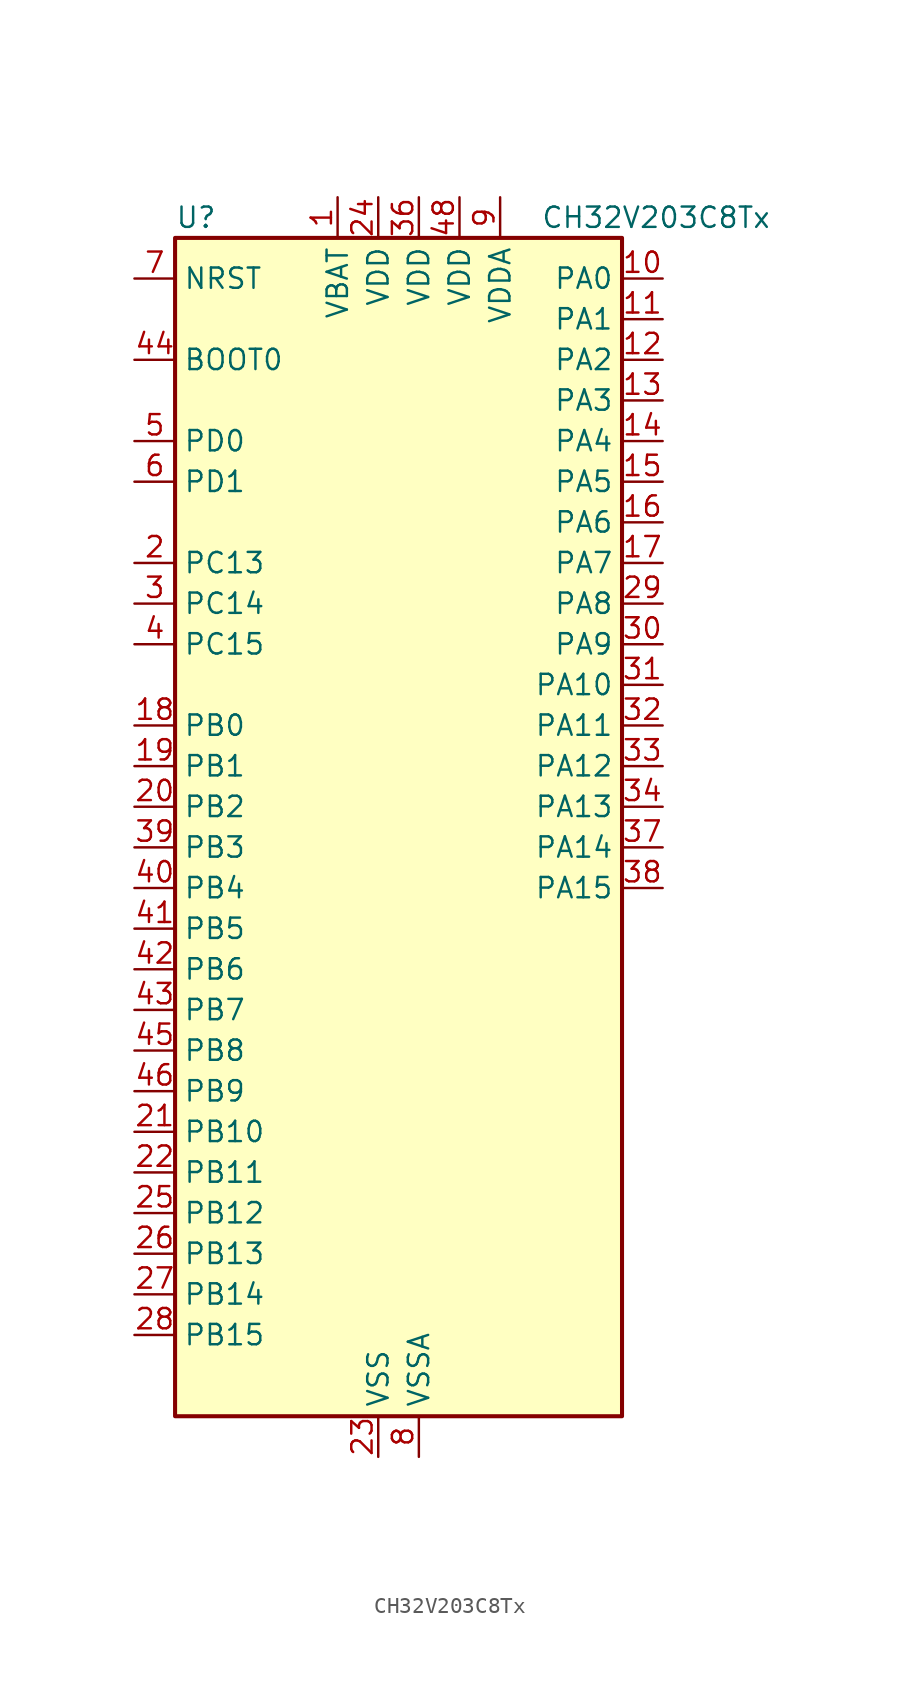
<source format=kicad_sym>
(kicad_symbol_lib
  (version 20220914)
  (generator kicad_symbol_editor)
  (symbol "CH32V203C8Tx"
    (property "Reference" "U"
      (at -12.7 39.37 0)
      (effects (font (size 1.27 1.27)) (justify left)))
    (property "Value" "CH32V203C8Tx"
      (at 10.16 39.37 0)
      (effects (font (size 1.27 1.27)) (justify left)))
    (symbol "CH32V203C8Tx_0_1"
      (rectangle (start -12.7 -35.56) (end 15.24 38.1) (stroke (width 0.254) (type default)) (fill (type background))))
    (symbol "CH32V203C8Tx_1_1"
      (pin power_in line (at -2.54 40.64 270) (length 2.54) (name "VBAT" (effects (font (size 1.27 1.27)))) (number "1" (effects (font (size 1.27 1.27)))))
      (pin bidirectional line (at 17.78 35.56 180) (length 2.54) (name "PA0" (effects (font (size 1.27 1.27)))) (number "10" (effects (font (size 1.27 1.27)))) (alternate "ADC1_IN0" bidirectional line) (alternate "ADC2_IN0" bidirectional line) (alternate "SYS_WKUP" bidirectional line) (alternate "TIM2_CH1" bidirectional line) (alternate "TIM2_ETR" bidirectional line) (alternate "USART2_CTS" bidirectional line))
      (pin bidirectional line (at 17.78 33.02 180) (length 2.54) (name "PA1" (effects (font (size 1.27 1.27)))) (number "11" (effects (font (size 1.27 1.27)))) (alternate "ADC1_IN1" bidirectional line) (alternate "ADC2_IN1" bidirectional line) (alternate "TIM2_CH2" bidirectional line) (alternate "USART2_RTS" bidirectional line))
      (pin bidirectional line (at 17.78 30.48 180) (length 2.54) (name "PA2" (effects (font (size 1.27 1.27)))) (number "12" (effects (font (size 1.27 1.27)))) (alternate "ADC1_IN2" bidirectional line) (alternate "ADC2_IN2" bidirectional line) (alternate "TIM2_CH3" bidirectional line) (alternate "USART2_TX" bidirectional line))
      (pin bidirectional line (at 17.78 27.94 180) (length 2.54) (name "PA3" (effects (font (size 1.27 1.27)))) (number "13" (effects (font (size 1.27 1.27)))) (alternate "ADC1_IN3" bidirectional line) (alternate "ADC2_IN3" bidirectional line) (alternate "TIM2_CH4" bidirectional line) (alternate "USART2_RX" bidirectional line))
      (pin bidirectional line (at 17.78 25.4 180) (length 2.54) (name "PA4" (effects (font (size 1.27 1.27)))) (number "14" (effects (font (size 1.27 1.27)))) (alternate "ADC1_IN4" bidirectional line) (alternate "ADC2_IN4" bidirectional line) (alternate "SPI1_NSS" bidirectional line) (alternate "USART2_CK" bidirectional line))
      (pin bidirectional line (at 17.78 22.86 180) (length 2.54) (name "PA5" (effects (font (size 1.27 1.27)))) (number "15" (effects (font (size 1.27 1.27)))) (alternate "ADC1_IN5" bidirectional line) (alternate "ADC2_IN5" bidirectional line) (alternate "SPI1_SCK" bidirectional line))
      (pin bidirectional line (at 17.78 20.32 180) (length 2.54) (name "PA6" (effects (font (size 1.27 1.27)))) (number "16" (effects (font (size 1.27 1.27)))) (alternate "ADC1_IN6" bidirectional line) (alternate "ADC2_IN6" bidirectional line) (alternate "SPI1_MISO" bidirectional line) (alternate "TIM1_BKIN" bidirectional line) (alternate "TIM3_CH1" bidirectional line))
      (pin bidirectional line (at 17.78 17.78 180) (length 2.54) (name "PA7" (effects (font (size 1.27 1.27)))) (number "17" (effects (font (size 1.27 1.27)))) (alternate "ADC1_IN7" bidirectional line) (alternate "ADC2_IN7" bidirectional line) (alternate "SPI1_MOSI" bidirectional line) (alternate "TIM1_CH1N" bidirectional line) (alternate "TIM3_CH2" bidirectional line))
      (pin bidirectional line (at -15.24 7.62 0) (length 2.54) (name "PB0" (effects (font (size 1.27 1.27)))) (number "18" (effects (font (size 1.27 1.27)))) (alternate "ADC1_IN8" bidirectional line) (alternate "ADC2_IN8" bidirectional line) (alternate "TIM1_CH2N" bidirectional line) (alternate "TIM3_CH3" bidirectional line))
      (pin bidirectional line (at -15.24 5.08 0) (length 2.54) (name "PB1" (effects (font (size 1.27 1.27)))) (number "19" (effects (font (size 1.27 1.27)))) (alternate "ADC1_IN9" bidirectional line) (alternate "ADC2_IN9" bidirectional line) (alternate "TIM1_CH3N" bidirectional line) (alternate "TIM3_CH4" bidirectional line))
      (pin bidirectional line (at -15.24 17.78 0) (length 2.54) (name "PC13" (effects (font (size 1.27 1.27)))) (number "2" (effects (font (size 1.27 1.27)))) (alternate "RTC_OUT" bidirectional line) (alternate "RTC_TAMPER" bidirectional line))
      (pin bidirectional line (at -15.24 2.54 0) (length 2.54) (name "PB2" (effects (font (size 1.27 1.27)))) (number "20" (effects (font (size 1.27 1.27)))))
      (pin bidirectional line (at -15.24 -17.78 0) (length 2.54) (name "PB10" (effects (font (size 1.27 1.27)))) (number "21" (effects (font (size 1.27 1.27)))) (alternate "TIM2_CH3" bidirectional line))
      (pin bidirectional line (at -15.24 -20.32 0) (length 2.54) (name "PB11" (effects (font (size 1.27 1.27)))) (number "22" (effects (font (size 1.27 1.27)))) (alternate "ADC1_EXTI11" bidirectional line) (alternate "ADC2_EXTI11" bidirectional line) (alternate "TIM2_CH4" bidirectional line))
      (pin power_in line (at 0 -38.1 90) (length 2.54) (name "VSS" (effects (font (size 1.27 1.27)))) (number "23" (effects (font (size 1.27 1.27)))))
      (pin power_in line (at 0 40.64 270) (length 2.54) (name "VDD" (effects (font (size 1.27 1.27)))) (number "24" (effects (font (size 1.27 1.27)))))
      (pin bidirectional line (at -15.24 -22.86 0) (length 2.54) (name "PB12" (effects (font (size 1.27 1.27)))) (number "25" (effects (font (size 1.27 1.27)))) (alternate "TIM1_BKIN" bidirectional line))
      (pin bidirectional line (at -15.24 -25.4 0) (length 2.54) (name "PB13" (effects (font (size 1.27 1.27)))) (number "26" (effects (font (size 1.27 1.27)))) (alternate "TIM1_CH1N" bidirectional line))
      (pin bidirectional line (at -15.24 -27.94 0) (length 2.54) (name "PB14" (effects (font (size 1.27 1.27)))) (number "27" (effects (font (size 1.27 1.27)))) (alternate "TIM1_CH2N" bidirectional line))
      (pin bidirectional line (at -15.24 -30.48 0) (length 2.54) (name "PB15" (effects (font (size 1.27 1.27)))) (number "28" (effects (font (size 1.27 1.27)))) (alternate "ADC1_EXTI15" bidirectional line) (alternate "ADC2_EXTI15" bidirectional line) (alternate "TIM1_CH3N" bidirectional line))
      (pin bidirectional line (at 17.78 15.24 180) (length 2.54) (name "PA8" (effects (font (size 1.27 1.27)))) (number "29" (effects (font (size 1.27 1.27)))) (alternate "RCC_MCO" bidirectional line) (alternate "TIM1_CH1" bidirectional line) (alternate "USART1_CK" bidirectional line))
      (pin bidirectional line (at -15.24 15.24 0) (length 2.54) (name "PC14" (effects (font (size 1.27 1.27)))) (number "3" (effects (font (size 1.27 1.27)))) (alternate "RCC_OSC32_IN" bidirectional line))
      (pin bidirectional line (at 17.78 12.7 180) (length 2.54) (name "PA9" (effects (font (size 1.27 1.27)))) (number "30" (effects (font (size 1.27 1.27)))) (alternate "TIM1_CH2" bidirectional line) (alternate "USART1_TX" bidirectional line))
      (pin bidirectional line (at 17.78 10.16 180) (length 2.54) (name "PA10" (effects (font (size 1.27 1.27)))) (number "31" (effects (font (size 1.27 1.27)))) (alternate "TIM1_CH3" bidirectional line) (alternate "USART1_RX" bidirectional line))
      (pin bidirectional line (at 17.78 7.62 180) (length 2.54) (name "PA11" (effects (font (size 1.27 1.27)))) (number "32" (effects (font (size 1.27 1.27)))) (alternate "ADC1_EXTI11" bidirectional line) (alternate "ADC2_EXTI11" bidirectional line) (alternate "CAN_RX" bidirectional line) (alternate "TIM1_CH4" bidirectional line) (alternate "USART1_CTS" bidirectional line) (alternate "USB_DM" bidirectional line))
      (pin bidirectional line (at 17.78 5.08 180) (length 2.54) (name "PA12" (effects (font (size 1.27 1.27)))) (number "33" (effects (font (size 1.27 1.27)))) (alternate "CAN_TX" bidirectional line) (alternate "TIM1_ETR" bidirectional line) (alternate "USART1_RTS" bidirectional line) (alternate "USB_DP" bidirectional line))
      (pin bidirectional line (at 17.78 2.54 180) (length 2.54) (name "PA13" (effects (font (size 1.27 1.27)))) (number "34" (effects (font (size 1.27 1.27)))) (alternate "SYS_JTMS-SWDIO" bidirectional line))
      (pin passive line (at 0 -38.1 90) (length 2.54) hide (name "VSS" (effects (font (size 1.27 1.27)))) (number "35" (effects (font (size 1.27 1.27)))))
      (pin power_in line (at 2.54 40.64 270) (length 2.54) (name "VDD" (effects (font (size 1.27 1.27)))) (number "36" (effects (font (size 1.27 1.27)))))
      (pin bidirectional line (at 17.78 0 180) (length 2.54) (name "PA14" (effects (font (size 1.27 1.27)))) (number "37" (effects (font (size 1.27 1.27)))) (alternate "SYS_JTCK-SWCLK" bidirectional line))
      (pin bidirectional line (at 17.78 -2.54 180) (length 2.54) (name "PA15" (effects (font (size 1.27 1.27)))) (number "38" (effects (font (size 1.27 1.27)))) (alternate "ADC1_EXTI15" bidirectional line) (alternate "ADC2_EXTI15" bidirectional line) (alternate "SPI1_NSS" bidirectional line) (alternate "SYS_JTDI" bidirectional line) (alternate "TIM2_CH1" bidirectional line) (alternate "TIM2_ETR" bidirectional line))
      (pin bidirectional line (at -15.24 0 0) (length 2.54) (name "PB3" (effects (font (size 1.27 1.27)))) (number "39" (effects (font (size 1.27 1.27)))) (alternate "SPI1_SCK" bidirectional line) (alternate "SYS_JTDO-TRACESWO" bidirectional line) (alternate "TIM2_CH2" bidirectional line))
      (pin bidirectional line (at -15.24 12.7 0) (length 2.54) (name "PC15" (effects (font (size 1.27 1.27)))) (number "4" (effects (font (size 1.27 1.27)))) (alternate "ADC1_EXTI15" bidirectional line) (alternate "ADC2_EXTI15" bidirectional line) (alternate "RCC_OSC32_OUT" bidirectional line))
      (pin bidirectional line (at -15.24 -2.54 0) (length 2.54) (name "PB4" (effects (font (size 1.27 1.27)))) (number "40" (effects (font (size 1.27 1.27)))) (alternate "SPI1_MISO" bidirectional line) (alternate "SYS_NJTRST" bidirectional line) (alternate "TIM3_CH1" bidirectional line))
      (pin bidirectional line (at -15.24 -5.08 0) (length 2.54) (name "PB5" (effects (font (size 1.27 1.27)))) (number "41" (effects (font (size 1.27 1.27)))) (alternate "I2C1_SMBA" bidirectional line) (alternate "SPI1_MOSI" bidirectional line) (alternate "TIM3_CH2" bidirectional line))
      (pin bidirectional line (at -15.24 -7.62 0) (length 2.54) (name "PB6" (effects (font (size 1.27 1.27)))) (number "42" (effects (font (size 1.27 1.27)))) (alternate "I2C1_SCL" bidirectional line) (alternate "USART1_TX" bidirectional line))
      (pin bidirectional line (at -15.24 -10.16 0) (length 2.54) (name "PB7" (effects (font (size 1.27 1.27)))) (number "43" (effects (font (size 1.27 1.27)))) (alternate "I2C1_SDA" bidirectional line) (alternate "USART1_RX" bidirectional line))
      (pin input line (at -15.24 30.48 0) (length 2.54) (name "BOOT0" (effects (font (size 1.27 1.27)))) (number "44" (effects (font (size 1.27 1.27)))))
      (pin bidirectional line (at -15.24 -12.7 0) (length 2.54) (name "PB8" (effects (font (size 1.27 1.27)))) (number "45" (effects (font (size 1.27 1.27)))) (alternate "CAN_RX" bidirectional line) (alternate "I2C1_SCL" bidirectional line))
      (pin bidirectional line (at -15.24 -15.24 0) (length 2.54) (name "PB9" (effects (font (size 1.27 1.27)))) (number "46" (effects (font (size 1.27 1.27)))) (alternate "CAN_TX" bidirectional line) (alternate "I2C1_SDA" bidirectional line))
      (pin passive line (at 0 -38.1 90) (length 2.54) hide (name "VSS" (effects (font (size 1.27 1.27)))) (number "47" (effects (font (size 1.27 1.27)))))
      (pin power_in line (at 5.08 40.64 270) (length 2.54) (name "VDD" (effects (font (size 1.27 1.27)))) (number "48" (effects (font (size 1.27 1.27)))))
      (pin passive line (at 0 -38.1 90) (length 2.54) hide (name "VSS" (effects (font (size 1.27 1.27)))) (number "49" (effects (font (size 1.27 1.27)))))
      (pin bidirectional line (at -15.24 25.4 0) (length 2.54) (name "PD0" (effects (font (size 1.27 1.27)))) (number "5" (effects (font (size 1.27 1.27)))) (alternate "RCC_OSC_IN" bidirectional line))
      (pin bidirectional line (at -15.24 22.86 0) (length 2.54) (name "PD1" (effects (font (size 1.27 1.27)))) (number "6" (effects (font (size 1.27 1.27)))) (alternate "RCC_OSC_OUT" bidirectional line))
      (pin input line (at -15.24 35.56 0) (length 2.54) (name "NRST" (effects (font (size 1.27 1.27)))) (number "7" (effects (font (size 1.27 1.27)))))
      (pin power_in line (at 2.54 -38.1 90) (length 2.54) (name "VSSA" (effects (font (size 1.27 1.27)))) (number "8" (effects (font (size 1.27 1.27)))))
      (pin power_in line (at 7.62 40.64 270) (length 2.54) (name "VDDA" (effects (font (size 1.27 1.27)))) (number "9" (effects (font (size 1.27 1.27))))))))
</source>
